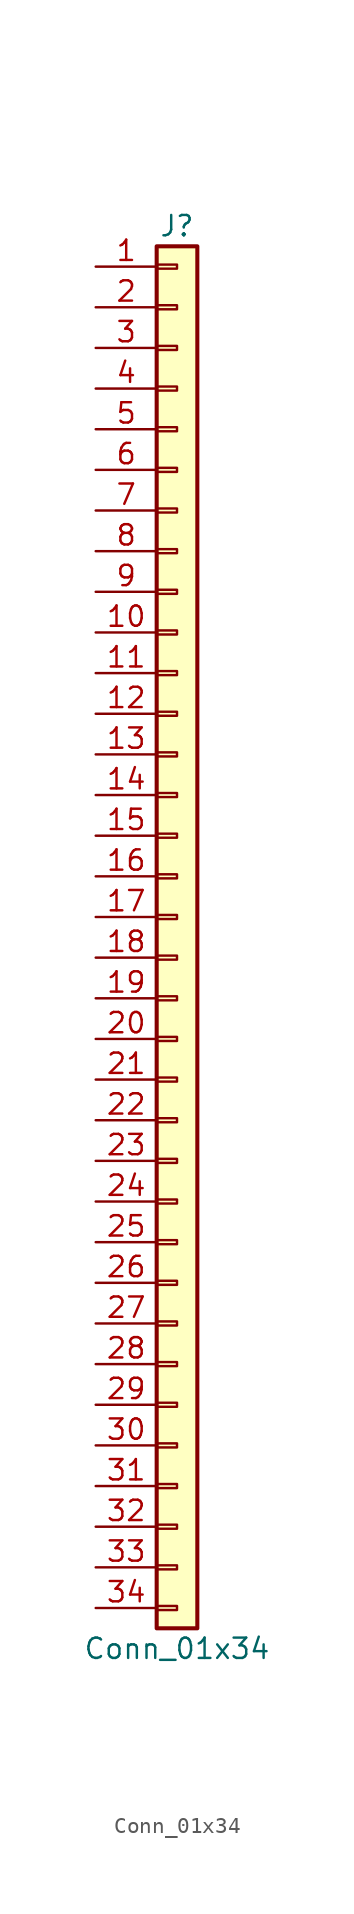
<source format=kicad_sym>
(kicad_symbol_lib
  (version 20201005)
  (generator kicad_symbol_editor)
  (symbol "Connector_Generic:Conn_01x34"
    (pin_names
      (offset 1.016) hide)
    (property "Reference" "J"
      (at 0 43.18 0)
      (effects (font (size 1.27 1.27))))
    (property "Value" "Conn_01x34"
      (at 0 -45.72 0)
      (effects (font (size 1.27 1.27))))
    (symbol "Conn_01x34_1_1"
      (rectangle (start -1.27 -27.813) (end 0 -28.067) (stroke (width 0.152)) (fill (type none)))
      (rectangle (start -1.27 -30.353) (end 0 -30.607) (stroke (width 0.152)) (fill (type none)))
      (rectangle (start -1.27 -32.893) (end 0 -33.147) (stroke (width 0.152)) (fill (type none)))
      (rectangle (start -1.27 -35.433) (end 0 -35.687) (stroke (width 0.152)) (fill (type none)))
      (rectangle (start -1.27 -37.973) (end 0 -38.227) (stroke (width 0.152)) (fill (type none)))
      (rectangle (start -1.27 -40.513) (end 0 -40.767) (stroke (width 0.152)) (fill (type none)))
      (rectangle (start -1.27 -43.053) (end 0 -43.307) (stroke (width 0.152)) (fill (type none)))
      (rectangle (start -1.27 -4.953) (end 0 -5.207) (stroke (width 0.152)) (fill (type none)))
      (rectangle (start -1.27 -7.493) (end 0 -7.747) (stroke (width 0.152)) (fill (type none)))
      (rectangle (start -1.27 -10.033) (end 0 -10.287) (stroke (width 0.152)) (fill (type none)))
      (rectangle (start -1.27 -12.573) (end 0 -12.827) (stroke (width 0.152)) (fill (type none)))
      (rectangle (start -1.27 -15.113) (end 0 -15.367) (stroke (width 0.152)) (fill (type none)))
      (rectangle (start -1.27 -17.653) (end 0 -17.907) (stroke (width 0.152)) (fill (type none)))
      (rectangle (start -1.27 -20.193) (end 0 -20.447) (stroke (width 0.152)) (fill (type none)))
      (rectangle (start -1.27 -22.733) (end 0 -22.987) (stroke (width 0.152)) (fill (type none)))
      (rectangle (start -1.27 -2.413) (end 0 -2.667) (stroke (width 0.152)) (fill (type none)))
      (rectangle (start -1.27 -25.273) (end 0 -25.527) (stroke (width 0.152)) (fill (type none)))
      (rectangle (start -1.27 25.527) (end 0 25.273) (stroke (width 0.152)) (fill (type none)))
      (rectangle (start -1.27 2.667) (end 0 2.413) (stroke (width 0.152)) (fill (type none)))
      (rectangle (start -1.27 28.067) (end 0 27.813) (stroke (width 0.152)) (fill (type none)))
      (rectangle (start -1.27 30.607) (end 0 30.353) (stroke (width 0.152)) (fill (type none)))
      (rectangle (start -1.27 33.147) (end 0 32.893) (stroke (width 0.152)) (fill (type none)))
      (rectangle (start -1.27 35.687) (end 0 35.433) (stroke (width 0.152)) (fill (type none)))
      (rectangle (start -1.27 38.227) (end 0 37.973) (stroke (width 0.152)) (fill (type none)))
      (rectangle (start -1.27 40.767) (end 0 40.513) (stroke (width 0.152)) (fill (type none)))
      (rectangle (start -1.27 41.91) (end 1.27 -44.45) (stroke (width 0.254)) (fill (type background)))
      (rectangle (start -1.27 5.207) (end 0 4.953) (stroke (width 0.152)) (fill (type none)))
      (rectangle (start -1.27 7.747) (end 0 7.493) (stroke (width 0.152)) (fill (type none)))
      (rectangle (start -1.27 10.287) (end 0 10.033) (stroke (width 0.152)) (fill (type none)))
      (rectangle (start -1.27 0.127) (end 0 -0.127) (stroke (width 0.152)) (fill (type none)))
      (rectangle (start -1.27 12.827) (end 0 12.573) (stroke (width 0.152)) (fill (type none)))
      (rectangle (start -1.27 15.367) (end 0 15.113) (stroke (width 0.152)) (fill (type none)))
      (rectangle (start -1.27 17.907) (end 0 17.653) (stroke (width 0.152)) (fill (type none)))
      (rectangle (start -1.27 20.447) (end 0 20.193) (stroke (width 0.152)) (fill (type none)))
      (rectangle (start -1.27 22.987) (end 0 22.733) (stroke (width 0.152)) (fill (type none)))
      (pin passive line (at -5.08 40.64 0) (length 3.81) (name "Pin_1" (effects (font (size 1.27 1.27)))) (number "1" (effects (font (size 1.27 1.27)))))
      (pin passive line (at -5.08 17.78 0) (length 3.81) (name "Pin_10" (effects (font (size 1.27 1.27)))) (number "10" (effects (font (size 1.27 1.27)))))
      (pin passive line (at -5.08 15.24 0) (length 3.81) (name "Pin_11" (effects (font (size 1.27 1.27)))) (number "11" (effects (font (size 1.27 1.27)))))
      (pin passive line (at -5.08 12.7 0) (length 3.81) (name "Pin_12" (effects (font (size 1.27 1.27)))) (number "12" (effects (font (size 1.27 1.27)))))
      (pin passive line (at -5.08 10.16 0) (length 3.81) (name "Pin_13" (effects (font (size 1.27 1.27)))) (number "13" (effects (font (size 1.27 1.27)))))
      (pin passive line (at -5.08 7.62 0) (length 3.81) (name "Pin_14" (effects (font (size 1.27 1.27)))) (number "14" (effects (font (size 1.27 1.27)))))
      (pin passive line (at -5.08 5.08 0) (length 3.81) (name "Pin_15" (effects (font (size 1.27 1.27)))) (number "15" (effects (font (size 1.27 1.27)))))
      (pin passive line (at -5.08 2.54 0) (length 3.81) (name "Pin_16" (effects (font (size 1.27 1.27)))) (number "16" (effects (font (size 1.27 1.27)))))
      (pin passive line (at -5.08 0 0) (length 3.81) (name "Pin_17" (effects (font (size 1.27 1.27)))) (number "17" (effects (font (size 1.27 1.27)))))
      (pin passive line (at -5.08 -2.54 0) (length 3.81) (name "Pin_18" (effects (font (size 1.27 1.27)))) (number "18" (effects (font (size 1.27 1.27)))))
      (pin passive line (at -5.08 -5.08 0) (length 3.81) (name "Pin_19" (effects (font (size 1.27 1.27)))) (number "19" (effects (font (size 1.27 1.27)))))
      (pin passive line (at -5.08 38.1 0) (length 3.81) (name "Pin_2" (effects (font (size 1.27 1.27)))) (number "2" (effects (font (size 1.27 1.27)))))
      (pin passive line (at -5.08 -7.62 0) (length 3.81) (name "Pin_20" (effects (font (size 1.27 1.27)))) (number "20" (effects (font (size 1.27 1.27)))))
      (pin passive line (at -5.08 -10.16 0) (length 3.81) (name "Pin_21" (effects (font (size 1.27 1.27)))) (number "21" (effects (font (size 1.27 1.27)))))
      (pin passive line (at -5.08 -12.7 0) (length 3.81) (name "Pin_22" (effects (font (size 1.27 1.27)))) (number "22" (effects (font (size 1.27 1.27)))))
      (pin passive line (at -5.08 -15.24 0) (length 3.81) (name "Pin_23" (effects (font (size 1.27 1.27)))) (number "23" (effects (font (size 1.27 1.27)))))
      (pin passive line (at -5.08 -17.78 0) (length 3.81) (name "Pin_24" (effects (font (size 1.27 1.27)))) (number "24" (effects (font (size 1.27 1.27)))))
      (pin passive line (at -5.08 -20.32 0) (length 3.81) (name "Pin_25" (effects (font (size 1.27 1.27)))) (number "25" (effects (font (size 1.27 1.27)))))
      (pin passive line (at -5.08 -22.86 0) (length 3.81) (name "Pin_26" (effects (font (size 1.27 1.27)))) (number "26" (effects (font (size 1.27 1.27)))))
      (pin passive line (at -5.08 -25.4 0) (length 3.81) (name "Pin_27" (effects (font (size 1.27 1.27)))) (number "27" (effects (font (size 1.27 1.27)))))
      (pin passive line (at -5.08 -27.94 0) (length 3.81) (name "Pin_28" (effects (font (size 1.27 1.27)))) (number "28" (effects (font (size 1.27 1.27)))))
      (pin passive line (at -5.08 -30.48 0) (length 3.81) (name "Pin_29" (effects (font (size 1.27 1.27)))) (number "29" (effects (font (size 1.27 1.27)))))
      (pin passive line (at -5.08 35.56 0) (length 3.81) (name "Pin_3" (effects (font (size 1.27 1.27)))) (number "3" (effects (font (size 1.27 1.27)))))
      (pin passive line (at -5.08 -33.02 0) (length 3.81) (name "Pin_30" (effects (font (size 1.27 1.27)))) (number "30" (effects (font (size 1.27 1.27)))))
      (pin passive line (at -5.08 -35.56 0) (length 3.81) (name "Pin_31" (effects (font (size 1.27 1.27)))) (number "31" (effects (font (size 1.27 1.27)))))
      (pin passive line (at -5.08 -38.1 0) (length 3.81) (name "Pin_32" (effects (font (size 1.27 1.27)))) (number "32" (effects (font (size 1.27 1.27)))))
      (pin passive line (at -5.08 -40.64 0) (length 3.81) (name "Pin_33" (effects (font (size 1.27 1.27)))) (number "33" (effects (font (size 1.27 1.27)))))
      (pin passive line (at -5.08 -43.18 0) (length 3.81) (name "Pin_34" (effects (font (size 1.27 1.27)))) (number "34" (effects (font (size 1.27 1.27)))))
      (pin passive line (at -5.08 33.02 0) (length 3.81) (name "Pin_4" (effects (font (size 1.27 1.27)))) (number "4" (effects (font (size 1.27 1.27)))))
      (pin passive line (at -5.08 30.48 0) (length 3.81) (name "Pin_5" (effects (font (size 1.27 1.27)))) (number "5" (effects (font (size 1.27 1.27)))))
      (pin passive line (at -5.08 27.94 0) (length 3.81) (name "Pin_6" (effects (font (size 1.27 1.27)))) (number "6" (effects (font (size 1.27 1.27)))))
      (pin passive line (at -5.08 25.4 0) (length 3.81) (name "Pin_7" (effects (font (size 1.27 1.27)))) (number "7" (effects (font (size 1.27 1.27)))))
      (pin passive line (at -5.08 22.86 0) (length 3.81) (name "Pin_8" (effects (font (size 1.27 1.27)))) (number "8" (effects (font (size 1.27 1.27)))))
      (pin passive line (at -5.08 20.32 0) (length 3.81) (name "Pin_9" (effects (font (size 1.27 1.27)))) (number "9" (effects (font (size 1.27 1.27))))))))
</source>
